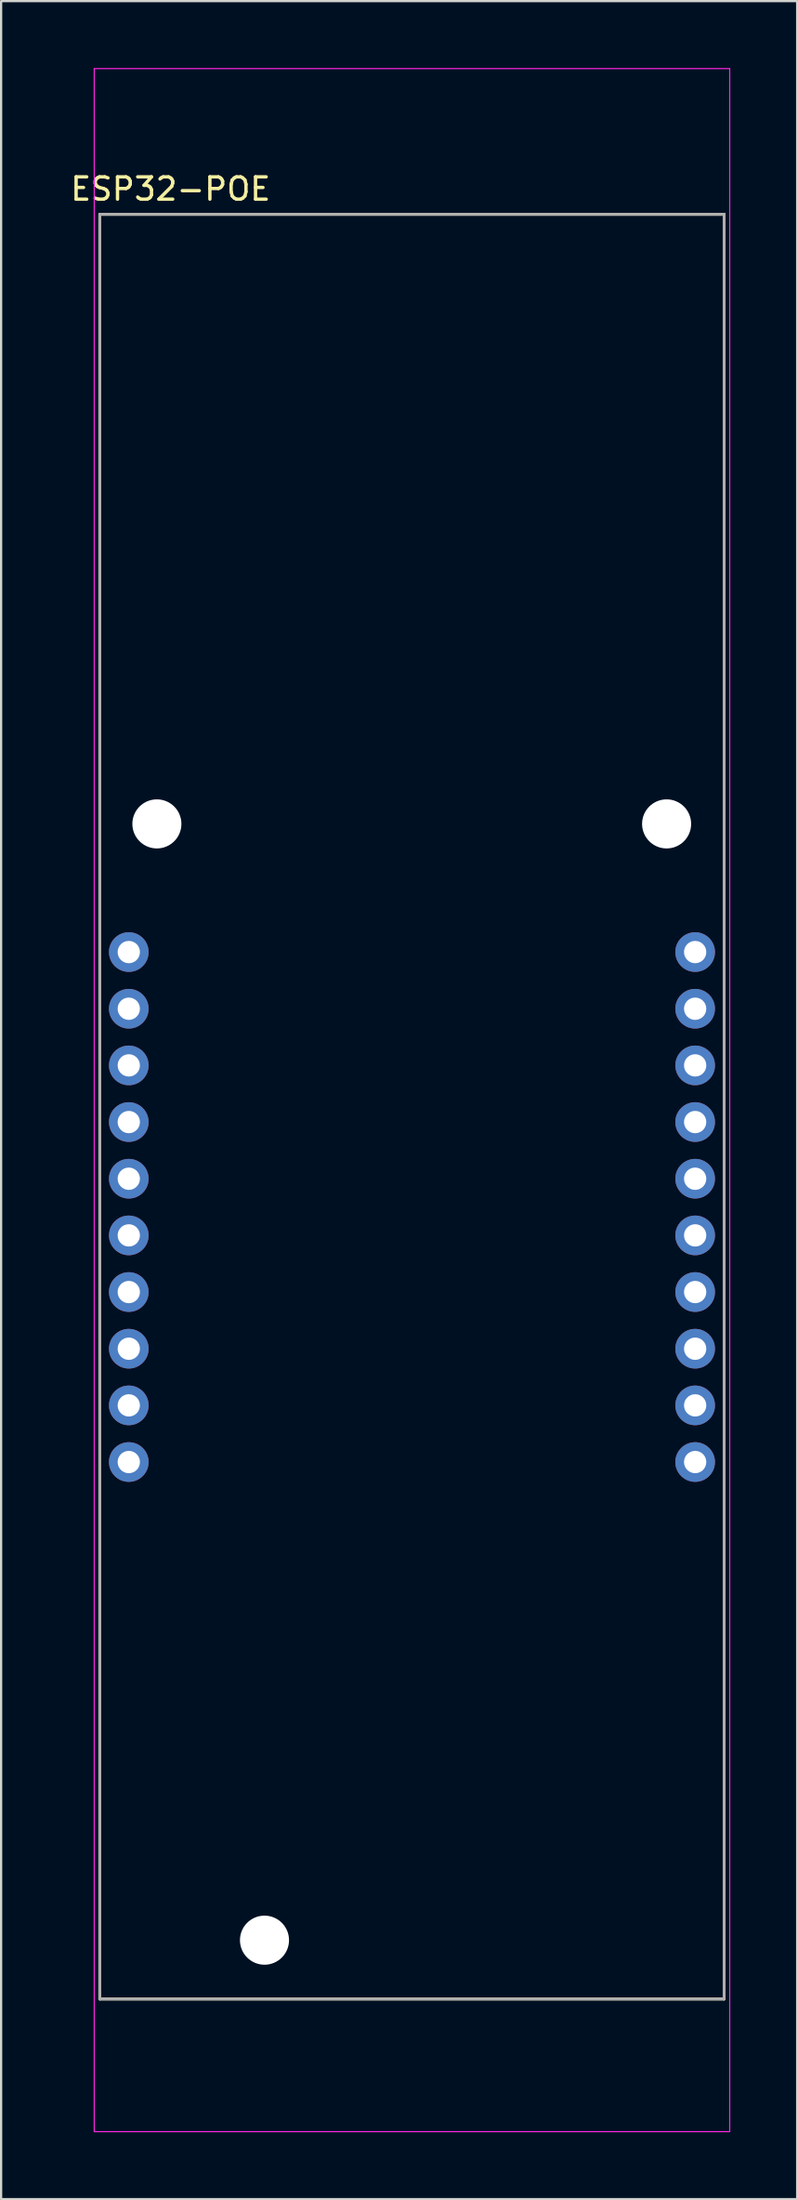
<source format=kicad_pcb>
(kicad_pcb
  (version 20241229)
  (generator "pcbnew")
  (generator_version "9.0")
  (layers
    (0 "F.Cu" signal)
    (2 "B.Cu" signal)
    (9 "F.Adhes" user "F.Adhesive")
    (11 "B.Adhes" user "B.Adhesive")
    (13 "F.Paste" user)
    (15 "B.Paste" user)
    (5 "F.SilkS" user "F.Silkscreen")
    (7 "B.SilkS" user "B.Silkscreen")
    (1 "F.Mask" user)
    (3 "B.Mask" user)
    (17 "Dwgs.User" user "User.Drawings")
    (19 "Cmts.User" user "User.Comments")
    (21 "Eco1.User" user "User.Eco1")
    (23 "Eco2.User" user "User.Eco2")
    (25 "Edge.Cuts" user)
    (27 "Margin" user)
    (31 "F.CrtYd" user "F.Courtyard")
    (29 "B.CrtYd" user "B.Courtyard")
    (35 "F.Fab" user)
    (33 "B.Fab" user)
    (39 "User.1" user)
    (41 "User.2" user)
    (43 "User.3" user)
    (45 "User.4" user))
  (footprint "ESP32-POE"
    (layer "F.Cu")
    (at 15.426 46.557)
    (property "Reference" "ESP32-POE" (at -10.825 -41.135 0) (layer "F.SilkS") (effects (font (size 1 1) (thickness 0.15))))
    (attr through_hole)
    (fp_line (start -14 -40) (end -14 40) (stroke (width 0.127) (type solid)) (layer "F.SilkS"))
    (fp_line (start -14 40) (end 14 40) (stroke (width 0.127) (type solid)) (layer "F.SilkS"))
    (fp_line (start 14 -40) (end -14 -40) (stroke (width 0.127) (type solid)) (layer "F.SilkS"))
    (fp_line (start 14 40) (end 14 -40) (stroke (width 0.127) (type solid)) (layer "F.SilkS"))
    (fp_line (start -14.25 -46.532) (end -14.25 45.946) (stroke (width 0.05) (type solid)) (layer "F.CrtYd"))
    (fp_line (start -14.25 45.946) (end 14.25 45.946) (stroke (width 0.05) (type solid)) (layer "F.CrtYd"))
    (fp_line (start 14.25 -46.532) (end -14.25 -46.532) (stroke (width 0.05) (type solid)) (layer "F.CrtYd"))
    (fp_line (start 14.25 45.946) (end 14.25 -46.532) (stroke (width 0.05) (type solid)) (layer "F.CrtYd"))
    (fp_line (start -14 -40) (end -14 40) (stroke (width 0.127) (type solid)) (layer "F.Fab"))
    (fp_line (start -14 40) (end 14 40) (stroke (width 0.127) (type solid)) (layer "F.Fab"))
    (fp_line (start 14 -40) (end -14 -40) (stroke (width 0.127) (type solid)) (layer "F.Fab"))
    (fp_line (start 14 40) (end 14 -40) (stroke (width 0.127) (type solid)) (layer "F.Fab"))
    (pad "" np_thru_hole circle (at -11.44 -12.675) (size 2.2 2.2) (drill 2.2) (layers "*.Cu" "*.Mask"))
    (pad "" np_thru_hole circle (at -6.614 37.363) (size 2.2 2.2) (drill 2.2) (layers "*.Cu" "*.Mask"))
    (pad "" np_thru_hole circle (at 11.42 -12.675) (size 2.2 2.2) (drill 2.2) (layers "*.Cu" "*.Mask"))
    (pad "EXT1_1" thru_hole circle (at -12.7 -6.93) (size 1.778 1.778) (drill 1) (layers "*.Cu" "*.Mask"))
    (pad "EXT1_2" thru_hole circle (at -12.7 -4.39) (size 1.778 1.778) (drill 1) (layers "*.Cu" "*.Mask"))
    (pad "EXT1_3" thru_hole circle (at -12.7 -1.85) (size 1.778 1.778) (drill 1) (layers "*.Cu" "*.Mask"))
    (pad "EXT1_4" thru_hole circle (at -12.7 0.69) (size 1.778 1.778) (drill 1) (layers "*.Cu" "*.Mask"))
    (pad "EXT1_5" thru_hole circle (at -12.7 3.23) (size 1.778 1.778) (drill 1) (layers "*.Cu" "*.Mask"))
    (pad "EXT1_6" thru_hole circle (at -12.7 5.77) (size 1.778 1.778) (drill 1) (layers "*.Cu" "*.Mask"))
    (pad "EXT1_7" thru_hole circle (at -12.7 8.31) (size 1.778 1.778) (drill 1) (layers "*.Cu" "*.Mask"))
    (pad "EXT1_8" thru_hole circle (at -12.7 10.85) (size 1.778 1.778) (drill 1) (layers "*.Cu" "*.Mask"))
    (pad "EXT1_9" thru_hole circle (at -12.7 13.39) (size 1.778 1.778) (drill 1) (layers "*.Cu" "*.Mask"))
    (pad "EXT1_10" thru_hole circle (at -12.7 15.93) (size 1.778 1.778) (drill 1) (layers "*.Cu" "*.Mask"))
    (pad "EXT2_1" thru_hole circle (at 12.7 -6.93) (size 1.778 1.778) (drill 1) (layers "*.Cu" "*.Mask"))
    (pad "EXT2_2" thru_hole circle (at 12.7 -4.39) (size 1.778 1.778) (drill 1) (layers "*.Cu" "*.Mask"))
    (pad "EXT2_3" thru_hole circle (at 12.7 -1.85) (size 1.778 1.778) (drill 1) (layers "*.Cu" "*.Mask"))
    (pad "EXT2_4" thru_hole circle (at 12.7 0.69) (size 1.778 1.778) (drill 1) (layers "*.Cu" "*.Mask"))
    (pad "EXT2_5" thru_hole circle (at 12.7 3.23) (size 1.778 1.778) (drill 1) (layers "*.Cu" "*.Mask"))
    (pad "EXT2_6" thru_hole circle (at 12.7 5.77) (size 1.778 1.778) (drill 1) (layers "*.Cu" "*.Mask"))
    (pad "EXT2_7" thru_hole circle (at 12.7 8.31) (size 1.778 1.778) (drill 1) (layers "*.Cu" "*.Mask"))
    (pad "EXT2_8" thru_hole circle (at 12.7 10.85) (size 1.778 1.778) (drill 1) (layers "*.Cu" "*.Mask"))
    (pad "EXT2_9" thru_hole circle (at 12.7 13.39) (size 1.778 1.778) (drill 1) (layers "*.Cu" "*.Mask"))
    (pad "EXT2_10" thru_hole circle (at 12.7 15.93) (size 1.778 1.778) (drill 1) (layers "*.Cu" "*.Mask"))
    (zone (net_name "") (layer "F.Cu") (hatch full 0.508) (connect_pads) (min_thickness 2.65) (filled_areas_thickness no) (keepout (tracks not_allowed) (vias not_allowed) (pads not_allowed) (copperpour not_allowed) (footprints allowed)) (placement (enabled no)) (fill) (polygon (pts (xy 6.636 33.882) (xy 6.623 34.142) (xy 6.585 34.399) (xy 6.522 34.651) (xy 6.434 34.896) (xy 6.323 35.131) (xy 6.19 35.354) (xy 6.035 35.563) (xy 5.86 35.756) (xy 5.667 35.93) (xy 5.458 36.085) (xy 5.235 36.219) (xy 5 36.33) (xy 4.755 36.418) (xy 4.503 36.481) (xy 4.246 36.519) (xy 3.986 36.532) (xy 3.726 36.519) (xy 3.469 36.481) (xy 3.217 36.418) (xy 2.972 36.33) (xy 2.737 36.219) (xy 2.514 36.085) (xy 2.305 35.93) (xy 2.112 35.756) (xy 1.938 35.563) (xy 1.783 35.354) (xy 1.649 35.131) (xy 1.538 34.896) (xy 1.45 34.651) (xy 1.387 34.399) (xy 1.349 34.142) (xy 1.336 33.882) (xy 1.349 33.622) (xy 1.387 33.365) (xy 1.45 33.113) (xy 1.538 32.868) (xy 1.649 32.633) (xy 1.783 32.41) (xy 1.938 32.201) (xy 2.112 32.008) (xy 2.305 31.834) (xy 2.514 31.679) (xy 2.737 31.545) (xy 2.972 31.434) (xy 3.217 31.346) (xy 3.469 31.283) (xy 3.726 31.245) (xy 3.986 31.232) (xy 4.246 31.245) (xy 4.503 31.283) (xy 4.755 31.346) (xy 5 31.434) (xy 5.235 31.545) (xy 5.458 31.679) (xy 5.667 31.834) (xy 5.86 32.008) (xy 6.035 32.201) (xy 6.19 32.41) (xy 6.323 32.633) (xy 6.434 32.868) (xy 6.522 33.113) (xy 6.585 33.365) (xy 6.623 33.622))))
    (zone (net_name "") (layer "F.Cu") (hatch full 0.508) (connect_pads) (min_thickness 2.65) (filled_areas_thickness no) (keepout (tracks not_allowed) (vias not_allowed) (pads not_allowed) (copperpour not_allowed) (footprints allowed)) (placement (enabled no)) (fill) (polygon (pts (xy 11.462 83.92) (xy 11.449 84.18) (xy 11.411 84.437) (xy 11.348 84.689) (xy 11.26 84.934) (xy 11.149 85.169) (xy 11.016 85.392) (xy 10.861 85.601) (xy 10.686 85.794) (xy 10.493 85.968) (xy 10.284 86.123) (xy 10.061 86.257) (xy 9.826 86.368) (xy 9.581 86.456) (xy 9.329 86.519) (xy 9.072 86.557) (xy 8.812 86.57) (xy 8.552 86.557) (xy 8.295 86.519) (xy 8.043 86.456) (xy 7.798 86.368) (xy 7.563 86.257) (xy 7.34 86.123) (xy 7.131 85.968) (xy 6.938 85.794) (xy 6.764 85.601) (xy 6.609 85.392) (xy 6.475 85.169) (xy 6.364 84.934) (xy 6.276 84.689) (xy 6.213 84.437) (xy 6.175 84.18) (xy 6.162 83.92) (xy 6.175 83.66) (xy 6.213 83.403) (xy 6.276 83.151) (xy 6.364 82.906) (xy 6.475 82.671) (xy 6.609 82.448) (xy 6.764 82.239) (xy 6.938 82.046) (xy 7.131 81.872) (xy 7.34 81.717) (xy 7.563 81.583) (xy 7.798 81.472) (xy 8.043 81.384) (xy 8.295 81.321) (xy 8.552 81.283) (xy 8.812 81.27) (xy 9.072 81.283) (xy 9.329 81.321) (xy 9.581 81.384) (xy 9.826 81.472) (xy 10.061 81.583) (xy 10.284 81.717) (xy 10.493 81.872) (xy 10.686 82.046) (xy 10.861 82.239) (xy 11.016 82.448) (xy 11.149 82.671) (xy 11.26 82.906) (xy 11.348 83.151) (xy 11.411 83.403) (xy 11.449 83.66))))
    (zone (net_name "") (layer "F.Cu") (hatch full 0.508) (connect_pads) (min_thickness 2.65) (filled_areas_thickness no) (keepout (tracks not_allowed) (vias not_allowed) (pads not_allowed) (copperpour not_allowed) (footprints allowed)) (placement (enabled no)) (fill) (polygon (pts (xy 29.496 33.882) (xy 29.483 34.142) (xy 29.445 34.399) (xy 29.382 34.651) (xy 29.294 34.896) (xy 29.183 35.131) (xy 29.05 35.354) (xy 28.895 35.563) (xy 28.72 35.756) (xy 28.527 35.93) (xy 28.318 36.085) (xy 28.095 36.219) (xy 27.86 36.33) (xy 27.615 36.418) (xy 27.363 36.481) (xy 27.106 36.519) (xy 26.846 36.532) (xy 26.586 36.519) (xy 26.329 36.481) (xy 26.077 36.418) (xy 25.832 36.33) (xy 25.597 36.219) (xy 25.374 36.085) (xy 25.165 35.93) (xy 24.972 35.756) (xy 24.798 35.563) (xy 24.643 35.354) (xy 24.509 35.131) (xy 24.398 34.896) (xy 24.31 34.651) (xy 24.247 34.399) (xy 24.209 34.142) (xy 24.196 33.882) (xy 24.209 33.622) (xy 24.247 33.365) (xy 24.31 33.113) (xy 24.398 32.868) (xy 24.509 32.633) (xy 24.643 32.41) (xy 24.798 32.201) (xy 24.972 32.008) (xy 25.165 31.834) (xy 25.374 31.679) (xy 25.597 31.545) (xy 25.832 31.434) (xy 26.077 31.346) (xy 26.329 31.283) (xy 26.586 31.245) (xy 26.846 31.232) (xy 27.106 31.245) (xy 27.363 31.283) (xy 27.615 31.346) (xy 27.86 31.434) (xy 28.095 31.545) (xy 28.318 31.679) (xy 28.527 31.834) (xy 28.72 32.008) (xy 28.895 32.201) (xy 29.05 32.41) (xy 29.183 32.633) (xy 29.294 32.868) (xy 29.382 33.113) (xy 29.445 33.365) (xy 29.483 33.622))))
    (zone (net_name "") (layers "F.Cu" "B.Cu") (hatch full 0.508) (connect_pads) (min_thickness 2.65) (filled_areas_thickness no) (keepout (tracks allowed) (vias not_allowed) (pads allowed) (copperpour allowed) (footprints allowed)) (placement (enabled no)) (fill) (polygon (pts (xy 6.636 33.882) (xy 6.623 34.142) (xy 6.585 34.399) (xy 6.522 34.651) (xy 6.434 34.896) (xy 6.323 35.131) (xy 6.19 35.354) (xy 6.035 35.563) (xy 5.86 35.756) (xy 5.667 35.93) (xy 5.458 36.085) (xy 5.235 36.219) (xy 5 36.33) (xy 4.755 36.418) (xy 4.503 36.481) (xy 4.246 36.519) (xy 3.986 36.532) (xy 3.726 36.519) (xy 3.469 36.481) (xy 3.217 36.418) (xy 2.972 36.33) (xy 2.737 36.219) (xy 2.514 36.085) (xy 2.305 35.93) (xy 2.112 35.756) (xy 1.938 35.563) (xy 1.783 35.354) (xy 1.649 35.131) (xy 1.538 34.896) (xy 1.45 34.651) (xy 1.387 34.399) (xy 1.349 34.142) (xy 1.336 33.882) (xy 1.349 33.622) (xy 1.387 33.365) (xy 1.45 33.113) (xy 1.538 32.868) (xy 1.649 32.633) (xy 1.783 32.41) (xy 1.938 32.201) (xy 2.112 32.008) (xy 2.305 31.834) (xy 2.514 31.679) (xy 2.737 31.545) (xy 2.972 31.434) (xy 3.217 31.346) (xy 3.469 31.283) (xy 3.726 31.245) (xy 3.986 31.232) (xy 4.246 31.245) (xy 4.503 31.283) (xy 4.755 31.346) (xy 5 31.434) (xy 5.235 31.545) (xy 5.458 31.679) (xy 5.667 31.834) (xy 5.86 32.008) (xy 6.035 32.201) (xy 6.19 32.41) (xy 6.323 32.633) (xy 6.434 32.868) (xy 6.522 33.113) (xy 6.585 33.365) (xy 6.623 33.622))))
    (zone (net_name "") (layers "F.Cu" "B.Cu") (hatch full 0.508) (connect_pads) (min_thickness 2.65) (filled_areas_thickness no) (keepout (tracks allowed) (vias not_allowed) (pads allowed) (copperpour allowed) (footprints allowed)) (placement (enabled no)) (fill) (polygon (pts (xy 11.462 83.92) (xy 11.449 84.18) (xy 11.411 84.437) (xy 11.348 84.689) (xy 11.26 84.934) (xy 11.149 85.169) (xy 11.016 85.392) (xy 10.861 85.601) (xy 10.686 85.794) (xy 10.493 85.968) (xy 10.284 86.123) (xy 10.061 86.257) (xy 9.826 86.368) (xy 9.581 86.456) (xy 9.329 86.519) (xy 9.072 86.557) (xy 8.812 86.57) (xy 8.552 86.557) (xy 8.295 86.519) (xy 8.043 86.456) (xy 7.798 86.368) (xy 7.563 86.257) (xy 7.34 86.123) (xy 7.131 85.968) (xy 6.938 85.794) (xy 6.764 85.601) (xy 6.609 85.392) (xy 6.475 85.169) (xy 6.364 84.934) (xy 6.276 84.689) (xy 6.213 84.437) (xy 6.175 84.18) (xy 6.162 83.92) (xy 6.175 83.66) (xy 6.213 83.403) (xy 6.276 83.151) (xy 6.364 82.906) (xy 6.475 82.671) (xy 6.609 82.448) (xy 6.764 82.239) (xy 6.938 82.046) (xy 7.131 81.872) (xy 7.34 81.717) (xy 7.563 81.583) (xy 7.798 81.472) (xy 8.043 81.384) (xy 8.295 81.321) (xy 8.552 81.283) (xy 8.812 81.27) (xy 9.072 81.283) (xy 9.329 81.321) (xy 9.581 81.384) (xy 9.826 81.472) (xy 10.061 81.583) (xy 10.284 81.717) (xy 10.493 81.872) (xy 10.686 82.046) (xy 10.861 82.239) (xy 11.016 82.448) (xy 11.149 82.671) (xy 11.26 82.906) (xy 11.348 83.151) (xy 11.411 83.403) (xy 11.449 83.66))))
    (zone (net_name "") (layers "F.Cu" "B.Cu") (hatch full 0.508) (connect_pads) (min_thickness 2.65) (filled_areas_thickness no) (keepout (tracks allowed) (vias not_allowed) (pads allowed) (copperpour allowed) (footprints allowed)) (placement (enabled no)) (fill) (polygon (pts (xy 29.496 33.882) (xy 29.483 34.142) (xy 29.445 34.399) (xy 29.382 34.651) (xy 29.294 34.896) (xy 29.183 35.131) (xy 29.05 35.354) (xy 28.895 35.563) (xy 28.72 35.756) (xy 28.527 35.93) (xy 28.318 36.085) (xy 28.095 36.219) (xy 27.86 36.33) (xy 27.615 36.418) (xy 27.363 36.481) (xy 27.106 36.519) (xy 26.846 36.532) (xy 26.586 36.519) (xy 26.329 36.481) (xy 26.077 36.418) (xy 25.832 36.33) (xy 25.597 36.219) (xy 25.374 36.085) (xy 25.165 35.93) (xy 24.972 35.756) (xy 24.798 35.563) (xy 24.643 35.354) (xy 24.509 35.131) (xy 24.398 34.896) (xy 24.31 34.651) (xy 24.247 34.399) (xy 24.209 34.142) (xy 24.196 33.882) (xy 24.209 33.622) (xy 24.247 33.365) (xy 24.31 33.113) (xy 24.398 32.868) (xy 24.509 32.633) (xy 24.643 32.41) (xy 24.798 32.201) (xy 24.972 32.008) (xy 25.165 31.834) (xy 25.374 31.679) (xy 25.597 31.545) (xy 25.832 31.434) (xy 26.077 31.346) (xy 26.329 31.283) (xy 26.586 31.245) (xy 26.846 31.232) (xy 27.106 31.245) (xy 27.363 31.283) (xy 27.615 31.346) (xy 27.86 31.434) (xy 28.095 31.545) (xy 28.318 31.679) (xy 28.527 31.834) (xy 28.72 32.008) (xy 28.895 32.201) (xy 29.05 32.41) (xy 29.183 32.633) (xy 29.294 32.868) (xy 29.382 33.113) (xy 29.445 33.365) (xy 29.483 33.622))))
    (zone (net_name "") (layer "B.Cu") (hatch full 0.508) (connect_pads) (min_thickness 2.65) (filled_areas_thickness no) (keepout (tracks not_allowed) (vias not_allowed) (pads not_allowed) (copperpour not_allowed) (footprints allowed)) (placement (enabled no)) (fill) (polygon (pts (xy 6.636 33.882) (xy 6.623 34.142) (xy 6.585 34.399) (xy 6.522 34.651) (xy 6.434 34.896) (xy 6.323 35.131) (xy 6.19 35.354) (xy 6.035 35.563) (xy 5.86 35.756) (xy 5.667 35.93) (xy 5.458 36.085) (xy 5.235 36.219) (xy 5 36.33) (xy 4.755 36.418) (xy 4.503 36.481) (xy 4.246 36.519) (xy 3.986 36.532) (xy 3.726 36.519) (xy 3.469 36.481) (xy 3.217 36.418) (xy 2.972 36.33) (xy 2.737 36.219) (xy 2.514 36.085) (xy 2.305 35.93) (xy 2.112 35.756) (xy 1.938 35.563) (xy 1.783 35.354) (xy 1.649 35.131) (xy 1.538 34.896) (xy 1.45 34.651) (xy 1.387 34.399) (xy 1.349 34.142) (xy 1.336 33.882) (xy 1.349 33.622) (xy 1.387 33.365) (xy 1.45 33.113) (xy 1.538 32.868) (xy 1.649 32.633) (xy 1.783 32.41) (xy 1.938 32.201) (xy 2.112 32.008) (xy 2.305 31.834) (xy 2.514 31.679) (xy 2.737 31.545) (xy 2.972 31.434) (xy 3.217 31.346) (xy 3.469 31.283) (xy 3.726 31.245) (xy 3.986 31.232) (xy 4.246 31.245) (xy 4.503 31.283) (xy 4.755 31.346) (xy 5 31.434) (xy 5.235 31.545) (xy 5.458 31.679) (xy 5.667 31.834) (xy 5.86 32.008) (xy 6.035 32.201) (xy 6.19 32.41) (xy 6.323 32.633) (xy 6.434 32.868) (xy 6.522 33.113) (xy 6.585 33.365) (xy 6.623 33.622))))
    (zone (net_name "") (layer "B.Cu") (hatch full 0.508) (connect_pads) (min_thickness 2.65) (filled_areas_thickness no) (keepout (tracks not_allowed) (vias not_allowed) (pads not_allowed) (copperpour not_allowed) (footprints allowed)) (placement (enabled no)) (fill) (polygon (pts (xy 11.462 83.92) (xy 11.449 84.18) (xy 11.411 84.437) (xy 11.348 84.689) (xy 11.26 84.934) (xy 11.149 85.169) (xy 11.016 85.392) (xy 10.861 85.601) (xy 10.686 85.794) (xy 10.493 85.968) (xy 10.284 86.123) (xy 10.061 86.257) (xy 9.826 86.368) (xy 9.581 86.456) (xy 9.329 86.519) (xy 9.072 86.557) (xy 8.812 86.57) (xy 8.552 86.557) (xy 8.295 86.519) (xy 8.043 86.456) (xy 7.798 86.368) (xy 7.563 86.257) (xy 7.34 86.123) (xy 7.131 85.968) (xy 6.938 85.794) (xy 6.764 85.601) (xy 6.609 85.392) (xy 6.475 85.169) (xy 6.364 84.934) (xy 6.276 84.689) (xy 6.213 84.437) (xy 6.175 84.18) (xy 6.162 83.92) (xy 6.175 83.66) (xy 6.213 83.403) (xy 6.276 83.151) (xy 6.364 82.906) (xy 6.475 82.671) (xy 6.609 82.448) (xy 6.764 82.239) (xy 6.938 82.046) (xy 7.131 81.872) (xy 7.34 81.717) (xy 7.563 81.583) (xy 7.798 81.472) (xy 8.043 81.384) (xy 8.295 81.321) (xy 8.552 81.283) (xy 8.812 81.27) (xy 9.072 81.283) (xy 9.329 81.321) (xy 9.581 81.384) (xy 9.826 81.472) (xy 10.061 81.583) (xy 10.284 81.717) (xy 10.493 81.872) (xy 10.686 82.046) (xy 10.861 82.239) (xy 11.016 82.448) (xy 11.149 82.671) (xy 11.26 82.906) (xy 11.348 83.151) (xy 11.411 83.403) (xy 11.449 83.66))))
    (zone (net_name "") (layer "B.Cu") (hatch full 0.508) (connect_pads) (min_thickness 2.65) (filled_areas_thickness no) (keepout (tracks not_allowed) (vias not_allowed) (pads not_allowed) (copperpour not_allowed) (footprints allowed)) (placement (enabled no)) (fill) (polygon (pts (xy 29.496 33.882) (xy 29.483 34.142) (xy 29.445 34.399) (xy 29.382 34.651) (xy 29.294 34.896) (xy 29.183 35.131) (xy 29.05 35.354) (xy 28.895 35.563) (xy 28.72 35.756) (xy 28.527 35.93) (xy 28.318 36.085) (xy 28.095 36.219) (xy 27.86 36.33) (xy 27.615 36.418) (xy 27.363 36.481) (xy 27.106 36.519) (xy 26.846 36.532) (xy 26.586 36.519) (xy 26.329 36.481) (xy 26.077 36.418) (xy 25.832 36.33) (xy 25.597 36.219) (xy 25.374 36.085) (xy 25.165 35.93) (xy 24.972 35.756) (xy 24.798 35.563) (xy 24.643 35.354) (xy 24.509 35.131) (xy 24.398 34.896) (xy 24.31 34.651) (xy 24.247 34.399) (xy 24.209 34.142) (xy 24.196 33.882) (xy 24.209 33.622) (xy 24.247 33.365) (xy 24.31 33.113) (xy 24.398 32.868) (xy 24.509 32.633) (xy 24.643 32.41) (xy 24.798 32.201) (xy 24.972 32.008) (xy 25.165 31.834) (xy 25.374 31.679) (xy 25.597 31.545) (xy 25.832 31.434) (xy 26.077 31.346) (xy 26.329 31.283) (xy 26.586 31.245) (xy 26.846 31.232) (xy 27.106 31.245) (xy 27.363 31.283) (xy 27.615 31.346) (xy 27.86 31.434) (xy 28.095 31.545) (xy 28.318 31.679) (xy 28.527 31.834) (xy 28.72 32.008) (xy 28.895 32.201) (xy 29.05 32.41) (xy 29.183 32.633) (xy 29.294 32.868) (xy 29.382 33.113) (xy 29.445 33.365) (xy 29.483 33.622)))))
  (gr_rect
    (start -3 -3)
    (end 32.701 95.528)
    (stroke (width 0.1) (type default))
    (fill no)
    (layer "Edge.Cuts")))
</source>
